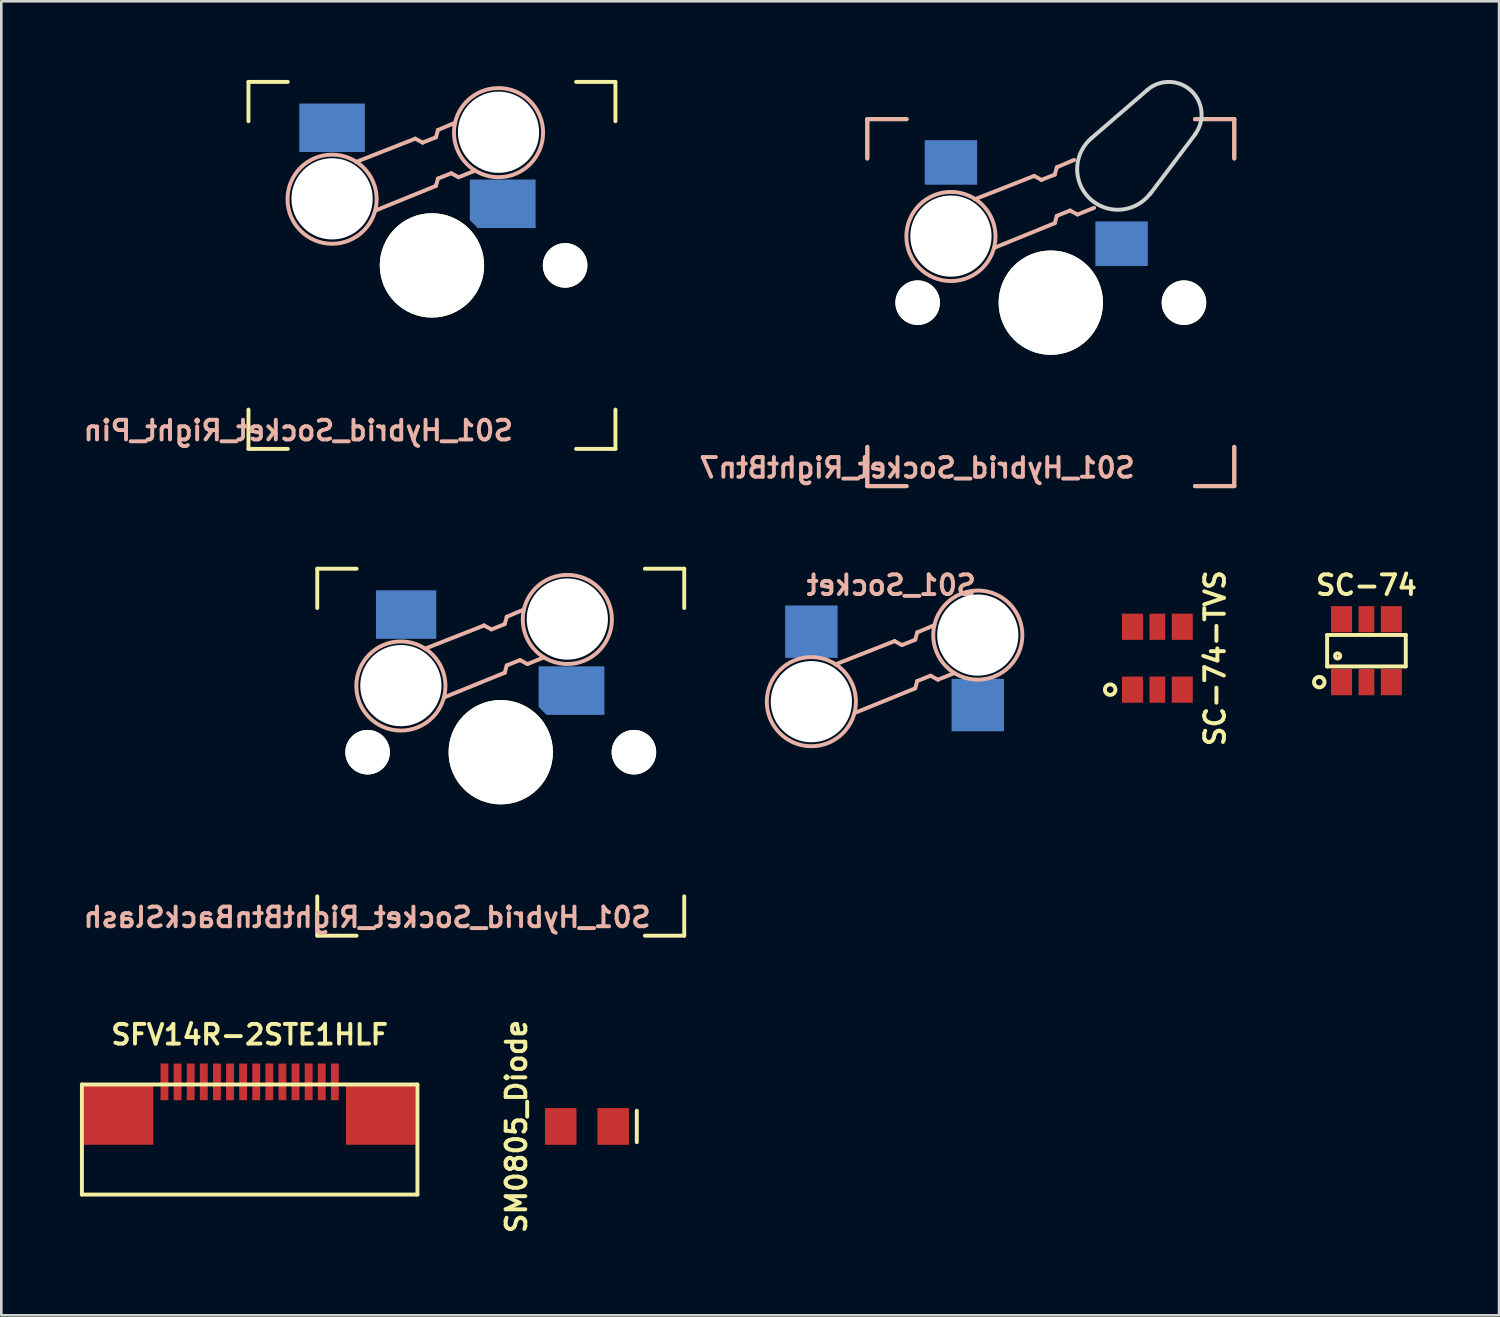
<source format=kicad_pcb>
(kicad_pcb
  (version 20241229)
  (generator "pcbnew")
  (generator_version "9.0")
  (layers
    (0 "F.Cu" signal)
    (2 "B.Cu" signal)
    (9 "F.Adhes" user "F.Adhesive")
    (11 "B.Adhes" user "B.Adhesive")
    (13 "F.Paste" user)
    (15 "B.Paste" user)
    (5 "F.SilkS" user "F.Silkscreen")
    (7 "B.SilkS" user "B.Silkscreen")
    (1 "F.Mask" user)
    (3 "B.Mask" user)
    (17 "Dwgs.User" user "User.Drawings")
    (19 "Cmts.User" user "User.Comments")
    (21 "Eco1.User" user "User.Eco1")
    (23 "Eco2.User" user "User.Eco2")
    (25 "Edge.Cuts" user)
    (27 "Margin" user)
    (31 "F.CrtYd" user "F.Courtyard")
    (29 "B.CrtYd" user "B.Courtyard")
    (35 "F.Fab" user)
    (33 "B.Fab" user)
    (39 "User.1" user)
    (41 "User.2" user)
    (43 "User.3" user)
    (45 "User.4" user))
  (footprint "S01_Socket"
    (layer "F.Cu")
    (at 31.079 22.449)
    (property "Reference" "S01_Socket" (at -0.127 -3.175 0) (layer "B.SilkS") (effects (font (size 0.75 0.75) (thickness 0.15)) (justify mirror)))
    (attr through_hole)
    (fp_line (start -1.524 1.702) (end 0.787 0.762) (stroke (width 0.15) (type solid)) (layer "B.SilkS"))
    (fp_line (start 0 -1.041) (end -2.261 -0.152) (stroke (width 0.15) (type solid)) (layer "B.SilkS"))
    (fp_line (start 0 -1.041) (end 0.279 -0.889) (stroke (width 0.15) (type solid)) (layer "B.SilkS"))
    (fp_line (start 0.279 -0.889) (end 0.787 -1.092) (stroke (width 0.15) (type solid)) (layer "B.SilkS"))
    (fp_line (start 0.787 -1.092) (end 0.864 -1.372) (stroke (width 0.15) (type solid)) (layer "B.SilkS"))
    (fp_line (start 0.864 0.483) (end 0.787 0.762) (stroke (width 0.15) (type solid)) (layer "B.SilkS"))
    (fp_line (start 1.372 0.279) (end 0.864 0.483) (stroke (width 0.15) (type solid)) (layer "B.SilkS"))
    (fp_line (start 1.524 -1.651) (end 0.864 -1.372) (stroke (width 0.15) (type solid)) (layer "B.SilkS"))
    (fp_line (start 1.651 0.432) (end 1.372 0.279) (stroke (width 0.15) (type solid)) (layer "B.SilkS"))
    (fp_line (start 2.286 0.178) (end 1.651 0.432) (stroke (width 0.15) (type solid)) (layer "B.SilkS"))
    (fp_circle (center -3.175 1.27) (end -1.475 1.27) (stroke (width 0.15) (type solid)) (fill no) (layer "B.SilkS"))
    (fp_circle (center 3.175 -1.27) (end 4.875 -1.27) (stroke (width 0.15) (type solid)) (fill no) (layer "B.SilkS"))
    (pad "" np_thru_hole circle (at -3.175 1.27 180) (size 3.1 3.1) (drill 3.1) (layers "*.Cu" "*.Mask"))
    (pad "" np_thru_hole circle (at 3.175 -1.27) (size 3.1 3.1) (drill 3.1) (layers "*.Cu" "*.Mask"))
    (pad "1" smd rect (at -3.175 -1.4) (size 2 2) (layers "B.Cu" "B.Mask" "B.Paste"))
    (pad "2" smd rect (at 3.175 1.4 180) (size 2 2) (layers "B.Cu" "B.Mask" "B.Paste")))
  (footprint "S01_Hybrid_Socket_RightBtn7"
    (layer "F.Cu")
    (at 37.039 8.497)
    (property "Reference" "S01_Hybrid_Socket_RightBtn7" (at -5.1 6.3 0) (layer "B.SilkS") (effects (font (size 0.75 0.75) (thickness 0.15)) (justify mirror)))
    (attr through_hole)
    (fp_line (start -7 -7) (end -5.5 -7) (stroke (width 0.15) (type solid)) (layer "F.SilkS"))
    (fp_line (start -7 -5.5) (end -7 -7) (stroke (width 0.15) (type solid)) (layer "F.SilkS"))
    (fp_line (start -7 7) (end -7 5.5) (stroke (width 0.15) (type solid)) (layer "F.SilkS"))
    (fp_line (start -5.5 7) (end -7 7) (stroke (width 0.15) (type solid)) (layer "F.SilkS"))
    (fp_line (start 5.5 -7) (end 7 -7) (stroke (width 0.15) (type solid)) (layer "F.SilkS"))
    (fp_line (start 7 -7) (end 7 -5.5) (stroke (width 0.15) (type solid)) (layer "F.SilkS"))
    (fp_line (start 7 5.5) (end 7 7) (stroke (width 0.15) (type solid)) (layer "F.SilkS"))
    (fp_line (start 7 7) (end 5.5 7) (stroke (width 0.15) (type solid)) (layer "F.SilkS"))
    (fp_line (start -7 -7) (end -5.5 -7) (stroke (width 0.15) (type solid)) (layer "B.SilkS"))
    (fp_line (start -7 -5.5) (end -7 -7) (stroke (width 0.15) (type solid)) (layer "B.SilkS"))
    (fp_line (start -7 7) (end -7 5.5) (stroke (width 0.15) (type solid)) (layer "B.SilkS"))
    (fp_line (start -5.5 7) (end -7 7) (stroke (width 0.15) (type solid)) (layer "B.SilkS"))
    (fp_line (start -2.159 -2.093) (end 0.152 -3.033) (stroke (width 0.15) (type solid)) (layer "B.SilkS"))
    (fp_line (start -0.635 -4.836) (end -2.896 -3.947) (stroke (width 0.15) (type solid)) (layer "B.SilkS"))
    (fp_line (start -0.635 -4.836) (end -0.356 -4.684) (stroke (width 0.15) (type solid)) (layer "B.SilkS"))
    (fp_line (start -0.356 -4.684) (end 0.152 -4.887) (stroke (width 0.15) (type solid)) (layer "B.SilkS"))
    (fp_line (start 0.152 -4.887) (end 0.229 -5.166) (stroke (width 0.15) (type solid)) (layer "B.SilkS"))
    (fp_line (start 0.229 -3.312) (end 0.152 -3.033) (stroke (width 0.15) (type solid)) (layer "B.SilkS"))
    (fp_line (start 0.737 -3.515) (end 0.229 -3.312) (stroke (width 0.15) (type solid)) (layer "B.SilkS"))
    (fp_line (start 0.889 -5.446) (end 0.229 -5.166) (stroke (width 0.15) (type solid)) (layer "B.SilkS"))
    (fp_line (start 1.016 -3.363) (end 0.737 -3.515) (stroke (width 0.15) (type solid)) (layer "B.SilkS"))
    (fp_line (start 1.651 -3.617) (end 1.016 -3.363) (stroke (width 0.15) (type solid)) (layer "B.SilkS"))
    (fp_line (start 5.5 -7) (end 7 -7) (stroke (width 0.15) (type solid)) (layer "B.SilkS"))
    (fp_line (start 7 -7) (end 7 -5.5) (stroke (width 0.15) (type solid)) (layer "B.SilkS"))
    (fp_line (start 7 5.5) (end 7 7) (stroke (width 0.15) (type solid)) (layer "B.SilkS"))
    (fp_line (start 7 7) (end 5.5 7) (stroke (width 0.15) (type solid)) (layer "B.SilkS"))
    (fp_circle (center -3.81 -2.525) (end -2.11 -2.525) (stroke (width 0.15) (type solid)) (fill no) (layer "B.SilkS"))
    (fp_line (start 3.686 -8.118) (end 1.549 -6.274) (stroke (width 0.15) (type solid)) (layer "Edge.Cuts"))
    (fp_line (start 5.512 -6.426) (end 3.785 -4.14) (stroke (width 0.15) (type solid)) (layer "Edge.Cuts"))
    (fp_arc (start 3.685582 -8.118028) (mid 5.357259 -8.083822) (end 5.499432 -6.41785) (stroke (width 0.15) (type solid)) (layer "Edge.Cuts"))
    (fp_arc (start 3.792542 -4.160727) (mid 1.496242 -3.96475) (end 1.543378 -6.268916) (stroke (width 0.15) (type solid)) (layer "Edge.Cuts"))
    (pad "" np_thru_hole circle (at -5.08 0) (size 1.699 1.699) (drill 1.699) (layers "*.Cu" "*.Mask" "F.SilkS"))
    (pad "" np_thru_hole circle (at -3.81 -2.54 180) (size 3.1 3.1) (drill 3.1) (layers "*.Cu" "*.Mask"))
    (pad "" np_thru_hole circle (at 0 0) (size 3.98 3.98) (drill 3.98) (layers "*.Cu" "*.Mask" "F.SilkS"))
    (pad "" np_thru_hole circle (at 5.08 0) (size 1.699 1.699) (drill 1.699) (layers "*.Cu" "*.Mask" "F.SilkS"))
    (pad "1" smd rect (at -3.81 -5.35) (size 2 1.7) (layers "B.Cu" "B.Mask" "B.Paste"))
    (pad "2" smd rect (at 2.7 -2.25 180) (size 2 1.7) (layers "B.Cu" "B.Mask" "B.Paste")))
  (footprint "S01_Hybrid_Socket_Right_Pin"
    (layer "F.Cu")
    (at 13.429 7.075)
    (property "Reference" "S01_Hybrid_Socket_Right_Pin" (at -5.1 6.3 0) (layer "B.SilkS") (effects (font (size 0.75 0.75) (thickness 0.15)) (justify mirror)))
    (attr through_hole)
    (fp_line (start -7 -7) (end -5.5 -7) (stroke (width 0.15) (type solid)) (layer "F.SilkS"))
    (fp_line (start -7 -5.5) (end -7 -7) (stroke (width 0.15) (type solid)) (layer "F.SilkS"))
    (fp_line (start -7 7) (end -7 5.5) (stroke (width 0.15) (type solid)) (layer "F.SilkS"))
    (fp_line (start -5.5 7) (end -7 7) (stroke (width 0.15) (type solid)) (layer "F.SilkS"))
    (fp_line (start 5.5 -7) (end 7 -7) (stroke (width 0.15) (type solid)) (layer "F.SilkS"))
    (fp_line (start 7 -7) (end 7 -5.5) (stroke (width 0.15) (type solid)) (layer "F.SilkS"))
    (fp_line (start 7 5.5) (end 7 7) (stroke (width 0.15) (type solid)) (layer "F.SilkS"))
    (fp_line (start 7 7) (end 5.5 7) (stroke (width 0.15) (type solid)) (layer "F.SilkS"))
    (fp_line (start -2.159 -2.093) (end 0.152 -3.033) (stroke (width 0.15) (type solid)) (layer "B.SilkS"))
    (fp_line (start -0.635 -4.836) (end -2.896 -3.947) (stroke (width 0.15) (type solid)) (layer "B.SilkS"))
    (fp_line (start -0.635 -4.836) (end -0.356 -4.684) (stroke (width 0.15) (type solid)) (layer "B.SilkS"))
    (fp_line (start -0.356 -4.684) (end 0.152 -4.887) (stroke (width 0.15) (type solid)) (layer "B.SilkS"))
    (fp_line (start 0.152 -4.887) (end 0.229 -5.166) (stroke (width 0.15) (type solid)) (layer "B.SilkS"))
    (fp_line (start 0.229 -3.312) (end 0.152 -3.033) (stroke (width 0.15) (type solid)) (layer "B.SilkS"))
    (fp_line (start 0.737 -3.515) (end 0.229 -3.312) (stroke (width 0.15) (type solid)) (layer "B.SilkS"))
    (fp_line (start 0.889 -5.446) (end 0.229 -5.166) (stroke (width 0.15) (type solid)) (layer "B.SilkS"))
    (fp_line (start 1.016 -3.363) (end 0.737 -3.515) (stroke (width 0.15) (type solid)) (layer "B.SilkS"))
    (fp_line (start 1.651 -3.617) (end 1.016 -3.363) (stroke (width 0.15) (type solid)) (layer "B.SilkS"))
    (fp_circle (center -3.81 -2.525) (end -2.11 -2.525) (stroke (width 0.15) (type solid)) (fill no) (layer "B.SilkS"))
    (fp_circle (center 2.54 -5.065) (end 4.24 -5.065) (stroke (width 0.15) (type solid)) (fill no) (layer "B.SilkS"))
    (pad "" np_thru_hole circle (at -3.81 -2.54 180) (size 3.1 3.1) (drill 3.1) (layers "*.Cu" "*.Mask"))
    (pad "" np_thru_hole circle (at 0 0) (size 3.98 3.98) (drill 3.98) (layers "*.Cu" "*.Mask" "F.SilkS"))
    (pad "" np_thru_hole circle (at 2.54 -5.08) (size 3.1 3.1) (drill 3.1) (layers "*.Cu" "*.Mask"))
    (pad "" np_thru_hole circle (at 5.08 0) (size 1.699 1.699) (drill 1.699) (layers "*.Cu" "*.Mask" "F.SilkS"))
    (pad "1" smd rect (at -3.81 -5.25) (size 2.5 1.85) (layers "B.Cu" "B.Mask" "B.Paste"))
    (pad "2" smd custom (at 2.7 -2.35) (size 1 1) (layers "B.Cu" "B.Mask" "B.Paste") (options (anchor rect)) (primitives (gr_poly (pts (xy -1.24 -0.92) (xy 1.25 -0.92) (xy 1.25 0.92) (xy -0.95 0.92) (xy -1.25 0.62) (xy -1.25 -0.92)) (width 0.01) (fill yes)))))
  (footprint "S01_Hybrid_Socket_RightBtnBackSlash"
    (layer "F.Cu")
    (at 16.054 25.647)
    (property "Reference" "S01_Hybrid_Socket_RightBtnBackSlash" (at -5.1 6.3 0) (layer "B.SilkS") (effects (font (size 0.75 0.75) (thickness 0.15)) (justify mirror)))
    (attr through_hole)
    (fp_line (start -7 -7) (end -5.5 -7) (stroke (width 0.15) (type solid)) (layer "F.SilkS"))
    (fp_line (start -7 -5.5) (end -7 -7) (stroke (width 0.15) (type solid)) (layer "F.SilkS"))
    (fp_line (start -7 7) (end -7 5.5) (stroke (width 0.15) (type solid)) (layer "F.SilkS"))
    (fp_line (start -5.5 7) (end -7 7) (stroke (width 0.15) (type solid)) (layer "F.SilkS"))
    (fp_line (start 5.5 -7) (end 7 -7) (stroke (width 0.15) (type solid)) (layer "F.SilkS"))
    (fp_line (start 7 -7) (end 7 -5.5) (stroke (width 0.15) (type solid)) (layer "F.SilkS"))
    (fp_line (start 7 5.5) (end 7 7) (stroke (width 0.15) (type solid)) (layer "F.SilkS"))
    (fp_line (start 7 7) (end 5.5 7) (stroke (width 0.15) (type solid)) (layer "F.SilkS"))
    (fp_line (start -2.159 -2.093) (end 0.152 -3.033) (stroke (width 0.15) (type solid)) (layer "B.SilkS"))
    (fp_line (start -0.635 -4.836) (end -2.896 -3.947) (stroke (width 0.15) (type solid)) (layer "B.SilkS"))
    (fp_line (start -0.635 -4.836) (end -0.356 -4.684) (stroke (width 0.15) (type solid)) (layer "B.SilkS"))
    (fp_line (start -0.356 -4.684) (end 0.152 -4.887) (stroke (width 0.15) (type solid)) (layer "B.SilkS"))
    (fp_line (start 0.152 -4.887) (end 0.229 -5.166) (stroke (width 0.15) (type solid)) (layer "B.SilkS"))
    (fp_line (start 0.229 -3.312) (end 0.152 -3.033) (stroke (width 0.15) (type solid)) (layer "B.SilkS"))
    (fp_line (start 0.737 -3.515) (end 0.229 -3.312) (stroke (width 0.15) (type solid)) (layer "B.SilkS"))
    (fp_line (start 0.889 -5.446) (end 0.229 -5.166) (stroke (width 0.15) (type solid)) (layer "B.SilkS"))
    (fp_line (start 1.016 -3.363) (end 0.737 -3.515) (stroke (width 0.15) (type solid)) (layer "B.SilkS"))
    (fp_line (start 1.651 -3.617) (end 1.016 -3.363) (stroke (width 0.15) (type solid)) (layer "B.SilkS"))
    (fp_circle (center -3.81 -2.525) (end -2.11 -2.525) (stroke (width 0.15) (type solid)) (fill no) (layer "B.SilkS"))
    (fp_circle (center 2.54 -5.065) (end 4.24 -5.065) (stroke (width 0.15) (type solid)) (fill no) (layer "B.SilkS"))
    (pad "" np_thru_hole circle (at -5.08 0) (size 1.699 1.699) (drill 1.699) (layers "*.Cu" "*.Mask" "F.SilkS"))
    (pad "" np_thru_hole circle (at -3.81 -2.54 180) (size 3.1 3.1) (drill 3.1) (layers "*.Cu" "*.Mask"))
    (pad "" np_thru_hole circle (at 0 0) (size 3.98 3.98) (drill 3.98) (layers "*.Cu" "*.Mask" "F.SilkS"))
    (pad "" np_thru_hole circle (at 2.54 -5.08) (size 3.1 3.1) (drill 3.1) (layers "*.Cu" "*.Mask"))
    (pad "" np_thru_hole circle (at 5.08 0) (size 1.699 1.699) (drill 1.699) (layers "*.Cu" "*.Mask" "F.SilkS"))
    (pad "1" smd rect (at -3.61 -5.25) (size 2.3 1.85) (layers "B.Cu" "B.Mask" "B.Paste"))
    (pad "2" smd custom (at 2.7 -2.35) (size 1 1) (layers "B.Cu" "B.Mask" "B.Paste") (options (anchor rect)) (primitives (gr_poly (pts (xy -1.24 -0.92) (xy 1.25 -0.92) (xy 1.25 0.92) (xy -0.95 0.92) (xy -1.25 0.62) (xy -1.25 -0.92)) (width 0.01) (fill yes)))))
  (footprint "SM0805_Diode"
    (layer "F.Cu")
    (at 19.344 39.925)
    (property "Reference" "SM0805_Diode" (at -2.692 0 90) (layer "F.SilkS") (effects (font (size 0.75 0.75) (thickness 0.15))))
    (attr smd)
    (fp_line (start 1.9 -0.6) (end 1.9 0.6) (stroke (width 0.15) (type solid)) (layer "F.SilkS"))
    (pad "1" smd rect (at -1 0) (size 1.2 1.4) (layers "F.Cu" "F.Mask" "F.Paste"))
    (pad "2" smd rect (at 1 0) (size 1.2 1.4) (layers "F.Cu" "F.Mask" "F.Paste")))
  (footprint "SC-74-TVS"
    (layer "F.Cu")
    (at 41.104 22.061)
    (property "Reference" "SC-74-TVS" (at 2.2 0 90) (layer "F.SilkS") (effects (font (size 0.75 0.75) (thickness 0.15))))
    (attr smd)
    (fp_circle (center -1.8 1.2) (end -1.6 1.2) (stroke (width 0.15) (type solid)) (fill no) (layer "F.SilkS"))
    (pad "" smd rect (at 0 -1.2) (size 0.6 1) (layers "F.Cu" "F.Mask" "F.Paste"))
    (pad "1" smd rect (at -0.95 1.2) (size 0.8 1) (layers "F.Cu" "F.Mask" "F.Paste"))
    (pad "2" smd rect (at 0 1.2) (size 0.6 1) (layers "F.Cu" "F.Mask" "F.Paste"))
    (pad "3" smd rect (at 0.95 1.2) (size 0.8 1) (layers "F.Cu" "F.Mask" "F.Paste"))
    (pad "4" smd rect (at 0.95 -1.2) (size 0.8 1) (layers "F.Cu" "F.Mask" "F.Paste"))
    (pad "5" smd rect (at -0.95 -1.2) (size 0.8 1) (layers "F.Cu" "F.Mask" "F.Paste")))
  (footprint "SC-74"
    (layer "F.Cu")
    (at 49.081 21.774)
    (property "Reference" "SC-74" (at 0 -2.5 0) (layer "F.SilkS") (effects (font (size 0.75 0.75) (thickness 0.15))))
    (attr smd)
    (fp_line (start -1.5 -0.6) (end 1.5 -0.6) (stroke (width 0.15) (type solid)) (layer "F.SilkS"))
    (fp_line (start -1.5 0.6) (end -1.5 -0.6) (stroke (width 0.15) (type solid)) (layer "F.SilkS"))
    (fp_line (start 1.5 -0.6) (end 1.5 0.6) (stroke (width 0.15) (type solid)) (layer "F.SilkS"))
    (fp_line (start 1.5 0.6) (end -1.5 0.6) (stroke (width 0.15) (type solid)) (layer "F.SilkS"))
    (fp_circle (center -1.8 1.2) (end -2 1.2) (stroke (width 0.15) (type solid)) (fill no) (layer "F.SilkS"))
    (fp_circle (center -1.1 0.2) (end -1 0.2) (stroke (width 0.15) (type solid)) (fill no) (layer "F.SilkS"))
    (pad "1" smd rect (at -0.95 1.2) (size 0.8 1) (layers "F.Cu" "F.Mask" "F.Paste"))
    (pad "2" smd rect (at 0 1.2) (size 0.6 1) (layers "F.Cu" "F.Mask" "F.Paste"))
    (pad "3" smd rect (at 0.95 1.2) (size 0.8 1) (layers "F.Cu" "F.Mask" "F.Paste"))
    (pad "4" smd rect (at 0.95 -1.2) (size 0.8 1) (layers "F.Cu" "F.Mask" "F.Paste"))
    (pad "5" smd rect (at 0 -1.2) (size 0.6 1) (layers "F.Cu" "F.Mask" "F.Paste"))
    (pad "6" smd rect (at -0.95 -1.2) (size 0.8 1) (layers "F.Cu" "F.Mask" "F.Paste")))
  (footprint "SFV14R-2STE1HLF"
    (layer "F.Cu")
    (at 6.475 42.524)
    (property "Reference" "SFV14R-2STE1HLF" (at 0 -6.1 0) (layer "F.SilkS") (effects (font (size 0.75 0.75) (thickness 0.15))))
    (attr through_hole)
    (fp_line (start -6.4 -4.2) (end -6.4 0) (stroke (width 0.15) (type solid)) (layer "F.SilkS"))
    (fp_line (start -6.4 -4.2) (end 6.4 -4.2) (stroke (width 0.15) (type solid)) (layer "F.SilkS"))
    (fp_line (start -6.4 0) (end 6.4 0) (stroke (width 0.15) (type solid)) (layer "F.SilkS"))
    (fp_line (start 6.4 -4.2) (end 6.4 0) (stroke (width 0.15) (type solid)) (layer "F.SilkS"))
    (pad "" smd rect (at -5 -3.05) (size 2.65 2.3) (layers "F.Cu" "F.Mask" "F.Paste"))
    (pad "" smd rect (at 5 -3.05) (size 2.65 2.3) (layers "F.Cu" "F.Mask" "F.Paste"))
    (pad "1" smd rect (at -3.25 -4.3) (size 0.3 1.4) (layers "F.Cu" "F.Mask" "F.Paste"))
    (pad "2" smd rect (at -2.75 -4.3) (size 0.3 1.4) (layers "F.Cu" "F.Mask" "F.Paste"))
    (pad "3" smd rect (at -2.25 -4.3) (size 0.3 1.4) (layers "F.Cu" "F.Mask" "F.Paste"))
    (pad "4" smd rect (at -1.75 -4.3) (size 0.3 1.4) (layers "F.Cu" "F.Mask" "F.Paste"))
    (pad "5" smd rect (at -1.25 -4.3) (size 0.3 1.4) (layers "F.Cu" "F.Mask" "F.Paste"))
    (pad "6" smd rect (at -0.75 -4.3) (size 0.3 1.4) (layers "F.Cu" "F.Mask" "F.Paste"))
    (pad "7" smd rect (at -0.25 -4.3) (size 0.3 1.4) (layers "F.Cu" "F.Mask" "F.Paste"))
    (pad "8" smd rect (at 0.25 -4.3) (size 0.3 1.4) (layers "F.Cu" "F.Mask" "F.Paste"))
    (pad "9" smd rect (at 0.75 -4.3) (size 0.3 1.4) (layers "F.Cu" "F.Mask" "F.Paste"))
    (pad "10" smd rect (at 1.25 -4.3) (size 0.3 1.4) (layers "F.Cu" "F.Mask" "F.Paste"))
    (pad "11" smd rect (at 1.75 -4.3) (size 0.3 1.4) (layers "F.Cu" "F.Mask" "F.Paste"))
    (pad "12" smd rect (at 2.25 -4.3) (size 0.3 1.4) (layers "F.Cu" "F.Mask" "F.Paste"))
    (pad "13" smd rect (at 2.75 -4.3) (size 0.3 1.4) (layers "F.Cu" "F.Mask" "F.Paste"))
    (pad "14" smd rect (at 3.25 -4.3) (size 0.3 1.4) (layers "F.Cu" "F.Mask" "F.Paste")))
  (gr_rect
    (start -3 -3)
    (end 54.141 47.129)
    (stroke (width 0.1) (type default))
    (fill no)
    (layer "Edge.Cuts")))
</source>
